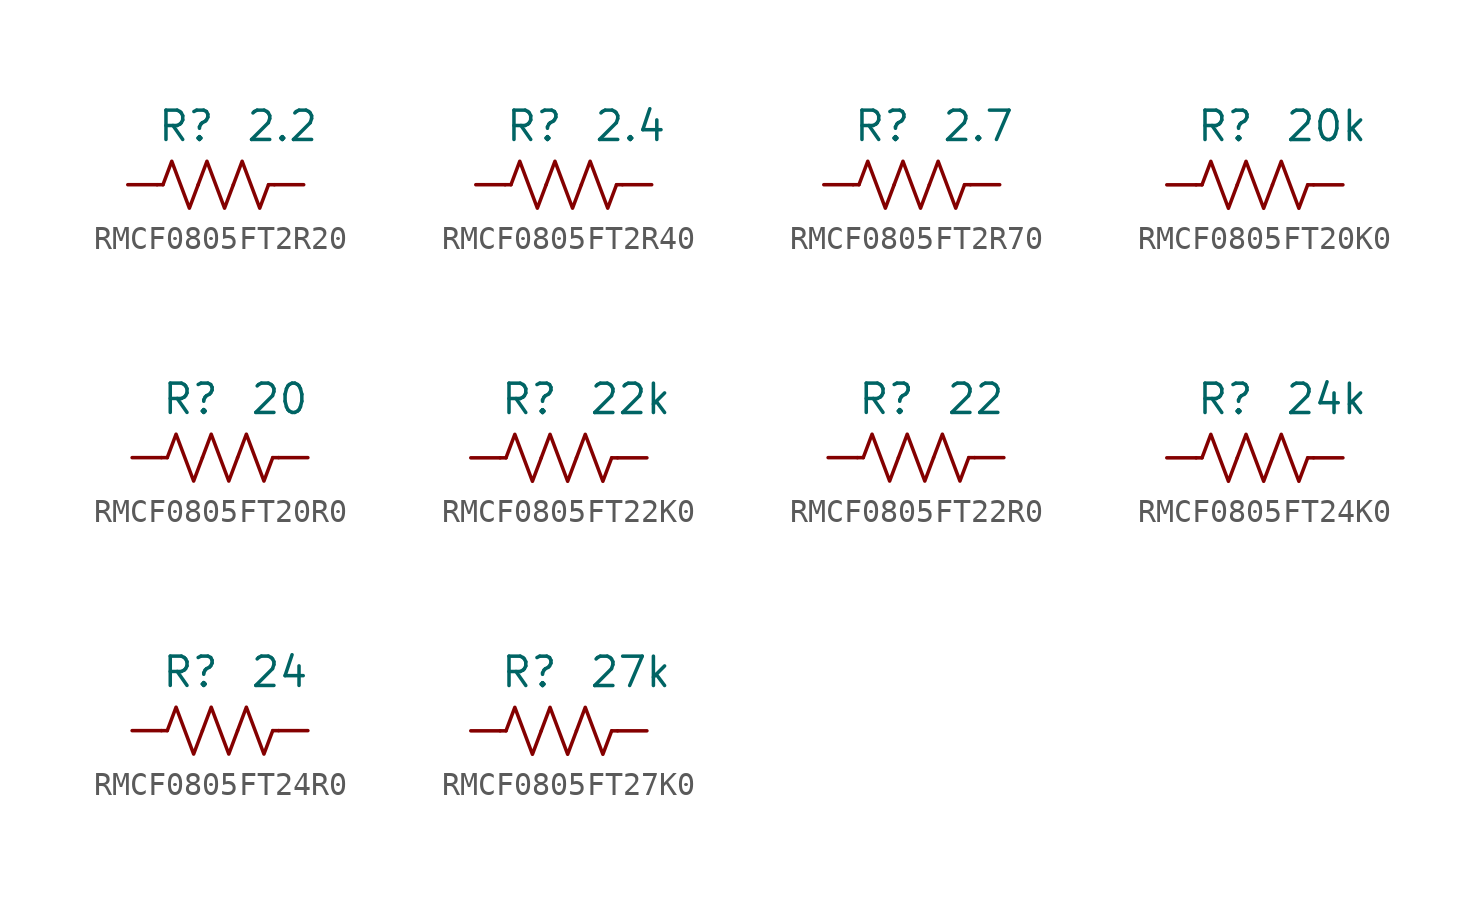
<source format=kicad_sym>
(kicad_symbol_lib
  (version 20241209)
  (generator "kicad_symbol_editor")
  (generator_version "9.0")
  (symbol "RMCF0805FT2R20"
    (pin_numbers
      (hide yes))
    (property "Reference" "R"
      (at 0 2.54 0)
      (effects (font (size 1.27 1.27)) (justify right)))
    (property "Value" "2.2"
      (at 1.27 2.54 0)
      (effects (font (size 1.27 1.27)) (justify left)))
    (symbol "RMCF0805FT2R20_0_1"
      (polyline (pts (xy -2.286 0) (xy -2.54 0)) (stroke (width 0) (type default)) (fill (type none)))
      (polyline (pts (xy -2.286 0) (xy -1.905 1.016) (xy -1.524 0) (xy -1.143 -1.016) (xy -0.762 0)) (stroke (width 0) (type default)) (fill (type none)))
      (polyline (pts (xy -0.762 0) (xy -0.381 1.016) (xy 0 0) (xy 0.381 -1.016) (xy 0.762 0)) (stroke (width 0) (type default)) (fill (type none)))
      (polyline (pts (xy 0.762 0) (xy 1.143 1.016) (xy 1.524 0) (xy 1.905 -1.016) (xy 2.286 0)) (stroke (width 0) (type default)) (fill (type none)))
      (polyline (pts (xy 2.286 0) (xy 2.54 0)) (stroke (width 0) (type default)) (fill (type none))))
    (symbol "RMCF0805FT2R20_1_1"
      (pin passive line (at -3.81 0 0) (length 1.27) (name "~" (effects (font (size 1.27 1.27)))) (number "1" (effects (font (size 1.27 1.27)))))
      (pin passive line (at 3.81 0 180) (length 1.27) (name "~" (effects (font (size 1.27 1.27)))) (number "2" (effects (font (size 1.27 1.27)))))))
  (symbol "RMCF0805FT2R40"
    (pin_numbers
      (hide yes))
    (property "Reference" "R"
      (at 0 2.54 0)
      (effects (font (size 1.27 1.27)) (justify right)))
    (property "Value" "2.4"
      (at 1.27 2.54 0)
      (effects (font (size 1.27 1.27)) (justify left)))
    (symbol "RMCF0805FT2R40_0_1"
      (polyline (pts (xy -2.286 0) (xy -2.54 0)) (stroke (width 0) (type default)) (fill (type none)))
      (polyline (pts (xy -2.286 0) (xy -1.905 1.016) (xy -1.524 0) (xy -1.143 -1.016) (xy -0.762 0)) (stroke (width 0) (type default)) (fill (type none)))
      (polyline (pts (xy -0.762 0) (xy -0.381 1.016) (xy 0 0) (xy 0.381 -1.016) (xy 0.762 0)) (stroke (width 0) (type default)) (fill (type none)))
      (polyline (pts (xy 0.762 0) (xy 1.143 1.016) (xy 1.524 0) (xy 1.905 -1.016) (xy 2.286 0)) (stroke (width 0) (type default)) (fill (type none)))
      (polyline (pts (xy 2.286 0) (xy 2.54 0)) (stroke (width 0) (type default)) (fill (type none))))
    (symbol "RMCF0805FT2R40_1_1"
      (pin passive line (at -3.81 0 0) (length 1.27) (name "~" (effects (font (size 1.27 1.27)))) (number "1" (effects (font (size 1.27 1.27)))))
      (pin passive line (at 3.81 0 180) (length 1.27) (name "~" (effects (font (size 1.27 1.27)))) (number "2" (effects (font (size 1.27 1.27)))))))
  (symbol "RMCF0805FT2R70"
    (pin_numbers
      (hide yes))
    (property "Reference" "R"
      (at 0 2.54 0)
      (effects (font (size 1.27 1.27)) (justify right)))
    (property "Value" "2.7"
      (at 1.27 2.54 0)
      (effects (font (size 1.27 1.27)) (justify left)))
    (symbol "RMCF0805FT2R70_0_1"
      (polyline (pts (xy -2.286 0) (xy -2.54 0)) (stroke (width 0) (type default)) (fill (type none)))
      (polyline (pts (xy -2.286 0) (xy -1.905 1.016) (xy -1.524 0) (xy -1.143 -1.016) (xy -0.762 0)) (stroke (width 0) (type default)) (fill (type none)))
      (polyline (pts (xy -0.762 0) (xy -0.381 1.016) (xy 0 0) (xy 0.381 -1.016) (xy 0.762 0)) (stroke (width 0) (type default)) (fill (type none)))
      (polyline (pts (xy 0.762 0) (xy 1.143 1.016) (xy 1.524 0) (xy 1.905 -1.016) (xy 2.286 0)) (stroke (width 0) (type default)) (fill (type none)))
      (polyline (pts (xy 2.286 0) (xy 2.54 0)) (stroke (width 0) (type default)) (fill (type none))))
    (symbol "RMCF0805FT2R70_1_1"
      (pin passive line (at -3.81 0 0) (length 1.27) (name "~" (effects (font (size 1.27 1.27)))) (number "1" (effects (font (size 1.27 1.27)))))
      (pin passive line (at 3.81 0 180) (length 1.27) (name "~" (effects (font (size 1.27 1.27)))) (number "2" (effects (font (size 1.27 1.27)))))))
  (symbol "RMCF0805FT20K0"
    (pin_numbers
      (hide yes))
    (property "Reference" "R"
      (at 0 2.54 0)
      (effects (font (size 1.27 1.27)) (justify right)))
    (property "Value" "20k"
      (at 1.27 2.54 0)
      (effects (font (size 1.27 1.27)) (justify left)))
    (symbol "RMCF0805FT20K0_0_1"
      (polyline (pts (xy -2.286 0) (xy -2.54 0)) (stroke (width 0) (type default)) (fill (type none)))
      (polyline (pts (xy -2.286 0) (xy -1.905 1.016) (xy -1.524 0) (xy -1.143 -1.016) (xy -0.762 0)) (stroke (width 0) (type default)) (fill (type none)))
      (polyline (pts (xy -0.762 0) (xy -0.381 1.016) (xy 0 0) (xy 0.381 -1.016) (xy 0.762 0)) (stroke (width 0) (type default)) (fill (type none)))
      (polyline (pts (xy 0.762 0) (xy 1.143 1.016) (xy 1.524 0) (xy 1.905 -1.016) (xy 2.286 0)) (stroke (width 0) (type default)) (fill (type none)))
      (polyline (pts (xy 2.286 0) (xy 2.54 0)) (stroke (width 0) (type default)) (fill (type none))))
    (symbol "RMCF0805FT20K0_1_1"
      (pin passive line (at -3.81 0 0) (length 1.27) (name "~" (effects (font (size 1.27 1.27)))) (number "1" (effects (font (size 1.27 1.27)))))
      (pin passive line (at 3.81 0 180) (length 1.27) (name "~" (effects (font (size 1.27 1.27)))) (number "2" (effects (font (size 1.27 1.27)))))))
  (symbol "RMCF0805FT20R0"
    (pin_numbers
      (hide yes))
    (property "Reference" "R"
      (at 0 2.54 0)
      (effects (font (size 1.27 1.27)) (justify right)))
    (property "Value" "20"
      (at 1.27 2.54 0)
      (effects (font (size 1.27 1.27)) (justify left)))
    (symbol "RMCF0805FT20R0_0_1"
      (polyline (pts (xy -2.286 0) (xy -2.54 0)) (stroke (width 0) (type default)) (fill (type none)))
      (polyline (pts (xy -2.286 0) (xy -1.905 1.016) (xy -1.524 0) (xy -1.143 -1.016) (xy -0.762 0)) (stroke (width 0) (type default)) (fill (type none)))
      (polyline (pts (xy -0.762 0) (xy -0.381 1.016) (xy 0 0) (xy 0.381 -1.016) (xy 0.762 0)) (stroke (width 0) (type default)) (fill (type none)))
      (polyline (pts (xy 0.762 0) (xy 1.143 1.016) (xy 1.524 0) (xy 1.905 -1.016) (xy 2.286 0)) (stroke (width 0) (type default)) (fill (type none)))
      (polyline (pts (xy 2.286 0) (xy 2.54 0)) (stroke (width 0) (type default)) (fill (type none))))
    (symbol "RMCF0805FT20R0_1_1"
      (pin passive line (at -3.81 0 0) (length 1.27) (name "~" (effects (font (size 1.27 1.27)))) (number "1" (effects (font (size 1.27 1.27)))))
      (pin passive line (at 3.81 0 180) (length 1.27) (name "~" (effects (font (size 1.27 1.27)))) (number "2" (effects (font (size 1.27 1.27)))))))
  (symbol "RMCF0805FT22K0"
    (pin_numbers
      (hide yes))
    (property "Reference" "R"
      (at 0 2.54 0)
      (effects (font (size 1.27 1.27)) (justify right)))
    (property "Value" "22k"
      (at 1.27 2.54 0)
      (effects (font (size 1.27 1.27)) (justify left)))
    (symbol "RMCF0805FT22K0_0_1"
      (polyline (pts (xy -2.286 0) (xy -2.54 0)) (stroke (width 0) (type default)) (fill (type none)))
      (polyline (pts (xy -2.286 0) (xy -1.905 1.016) (xy -1.524 0) (xy -1.143 -1.016) (xy -0.762 0)) (stroke (width 0) (type default)) (fill (type none)))
      (polyline (pts (xy -0.762 0) (xy -0.381 1.016) (xy 0 0) (xy 0.381 -1.016) (xy 0.762 0)) (stroke (width 0) (type default)) (fill (type none)))
      (polyline (pts (xy 0.762 0) (xy 1.143 1.016) (xy 1.524 0) (xy 1.905 -1.016) (xy 2.286 0)) (stroke (width 0) (type default)) (fill (type none)))
      (polyline (pts (xy 2.286 0) (xy 2.54 0)) (stroke (width 0) (type default)) (fill (type none))))
    (symbol "RMCF0805FT22K0_1_1"
      (pin passive line (at -3.81 0 0) (length 1.27) (name "~" (effects (font (size 1.27 1.27)))) (number "1" (effects (font (size 1.27 1.27)))))
      (pin passive line (at 3.81 0 180) (length 1.27) (name "~" (effects (font (size 1.27 1.27)))) (number "2" (effects (font (size 1.27 1.27)))))))
  (symbol "RMCF0805FT22R0"
    (pin_numbers
      (hide yes))
    (property "Reference" "R"
      (at 0 2.54 0)
      (effects (font (size 1.27 1.27)) (justify right)))
    (property "Value" "22"
      (at 1.27 2.54 0)
      (effects (font (size 1.27 1.27)) (justify left)))
    (symbol "RMCF0805FT22R0_0_1"
      (polyline (pts (xy -2.286 0) (xy -2.54 0)) (stroke (width 0) (type default)) (fill (type none)))
      (polyline (pts (xy -2.286 0) (xy -1.905 1.016) (xy -1.524 0) (xy -1.143 -1.016) (xy -0.762 0)) (stroke (width 0) (type default)) (fill (type none)))
      (polyline (pts (xy -0.762 0) (xy -0.381 1.016) (xy 0 0) (xy 0.381 -1.016) (xy 0.762 0)) (stroke (width 0) (type default)) (fill (type none)))
      (polyline (pts (xy 0.762 0) (xy 1.143 1.016) (xy 1.524 0) (xy 1.905 -1.016) (xy 2.286 0)) (stroke (width 0) (type default)) (fill (type none)))
      (polyline (pts (xy 2.286 0) (xy 2.54 0)) (stroke (width 0) (type default)) (fill (type none))))
    (symbol "RMCF0805FT22R0_1_1"
      (pin passive line (at -3.81 0 0) (length 1.27) (name "~" (effects (font (size 1.27 1.27)))) (number "1" (effects (font (size 1.27 1.27)))))
      (pin passive line (at 3.81 0 180) (length 1.27) (name "~" (effects (font (size 1.27 1.27)))) (number "2" (effects (font (size 1.27 1.27)))))))
  (symbol "RMCF0805FT24K0"
    (pin_numbers
      (hide yes))
    (property "Reference" "R"
      (at 0 2.54 0)
      (effects (font (size 1.27 1.27)) (justify right)))
    (property "Value" "24k"
      (at 1.27 2.54 0)
      (effects (font (size 1.27 1.27)) (justify left)))
    (symbol "RMCF0805FT24K0_0_1"
      (polyline (pts (xy -2.286 0) (xy -2.54 0)) (stroke (width 0) (type default)) (fill (type none)))
      (polyline (pts (xy -2.286 0) (xy -1.905 1.016) (xy -1.524 0) (xy -1.143 -1.016) (xy -0.762 0)) (stroke (width 0) (type default)) (fill (type none)))
      (polyline (pts (xy -0.762 0) (xy -0.381 1.016) (xy 0 0) (xy 0.381 -1.016) (xy 0.762 0)) (stroke (width 0) (type default)) (fill (type none)))
      (polyline (pts (xy 0.762 0) (xy 1.143 1.016) (xy 1.524 0) (xy 1.905 -1.016) (xy 2.286 0)) (stroke (width 0) (type default)) (fill (type none)))
      (polyline (pts (xy 2.286 0) (xy 2.54 0)) (stroke (width 0) (type default)) (fill (type none))))
    (symbol "RMCF0805FT24K0_1_1"
      (pin passive line (at -3.81 0 0) (length 1.27) (name "~" (effects (font (size 1.27 1.27)))) (number "1" (effects (font (size 1.27 1.27)))))
      (pin passive line (at 3.81 0 180) (length 1.27) (name "~" (effects (font (size 1.27 1.27)))) (number "2" (effects (font (size 1.27 1.27)))))))
  (symbol "RMCF0805FT24R0"
    (pin_numbers
      (hide yes))
    (property "Reference" "R"
      (at 0 2.54 0)
      (effects (font (size 1.27 1.27)) (justify right)))
    (property "Value" "24"
      (at 1.27 2.54 0)
      (effects (font (size 1.27 1.27)) (justify left)))
    (symbol "RMCF0805FT24R0_0_1"
      (polyline (pts (xy -2.286 0) (xy -2.54 0)) (stroke (width 0) (type default)) (fill (type none)))
      (polyline (pts (xy -2.286 0) (xy -1.905 1.016) (xy -1.524 0) (xy -1.143 -1.016) (xy -0.762 0)) (stroke (width 0) (type default)) (fill (type none)))
      (polyline (pts (xy -0.762 0) (xy -0.381 1.016) (xy 0 0) (xy 0.381 -1.016) (xy 0.762 0)) (stroke (width 0) (type default)) (fill (type none)))
      (polyline (pts (xy 0.762 0) (xy 1.143 1.016) (xy 1.524 0) (xy 1.905 -1.016) (xy 2.286 0)) (stroke (width 0) (type default)) (fill (type none)))
      (polyline (pts (xy 2.286 0) (xy 2.54 0)) (stroke (width 0) (type default)) (fill (type none))))
    (symbol "RMCF0805FT24R0_1_1"
      (pin passive line (at -3.81 0 0) (length 1.27) (name "~" (effects (font (size 1.27 1.27)))) (number "1" (effects (font (size 1.27 1.27)))))
      (pin passive line (at 3.81 0 180) (length 1.27) (name "~" (effects (font (size 1.27 1.27)))) (number "2" (effects (font (size 1.27 1.27)))))))
  (symbol "RMCF0805FT27K0"
    (pin_numbers
      (hide yes))
    (property "Reference" "R"
      (at 0 2.54 0)
      (effects (font (size 1.27 1.27)) (justify right)))
    (property "Value" "27k"
      (at 1.27 2.54 0)
      (effects (font (size 1.27 1.27)) (justify left)))
    (symbol "RMCF0805FT27K0_0_1"
      (polyline (pts (xy -2.286 0) (xy -2.54 0)) (stroke (width 0) (type default)) (fill (type none)))
      (polyline (pts (xy -2.286 0) (xy -1.905 1.016) (xy -1.524 0) (xy -1.143 -1.016) (xy -0.762 0)) (stroke (width 0) (type default)) (fill (type none)))
      (polyline (pts (xy -0.762 0) (xy -0.381 1.016) (xy 0 0) (xy 0.381 -1.016) (xy 0.762 0)) (stroke (width 0) (type default)) (fill (type none)))
      (polyline (pts (xy 0.762 0) (xy 1.143 1.016) (xy 1.524 0) (xy 1.905 -1.016) (xy 2.286 0)) (stroke (width 0) (type default)) (fill (type none)))
      (polyline (pts (xy 2.286 0) (xy 2.54 0)) (stroke (width 0) (type default)) (fill (type none))))
    (symbol "RMCF0805FT27K0_1_1"
      (pin passive line (at -3.81 0 0) (length 1.27) (name "~" (effects (font (size 1.27 1.27)))) (number "1" (effects (font (size 1.27 1.27)))))
      (pin passive line (at 3.81 0 180) (length 1.27) (name "~" (effects (font (size 1.27 1.27)))) (number "2" (effects (font (size 1.27 1.27))))))))
</source>
